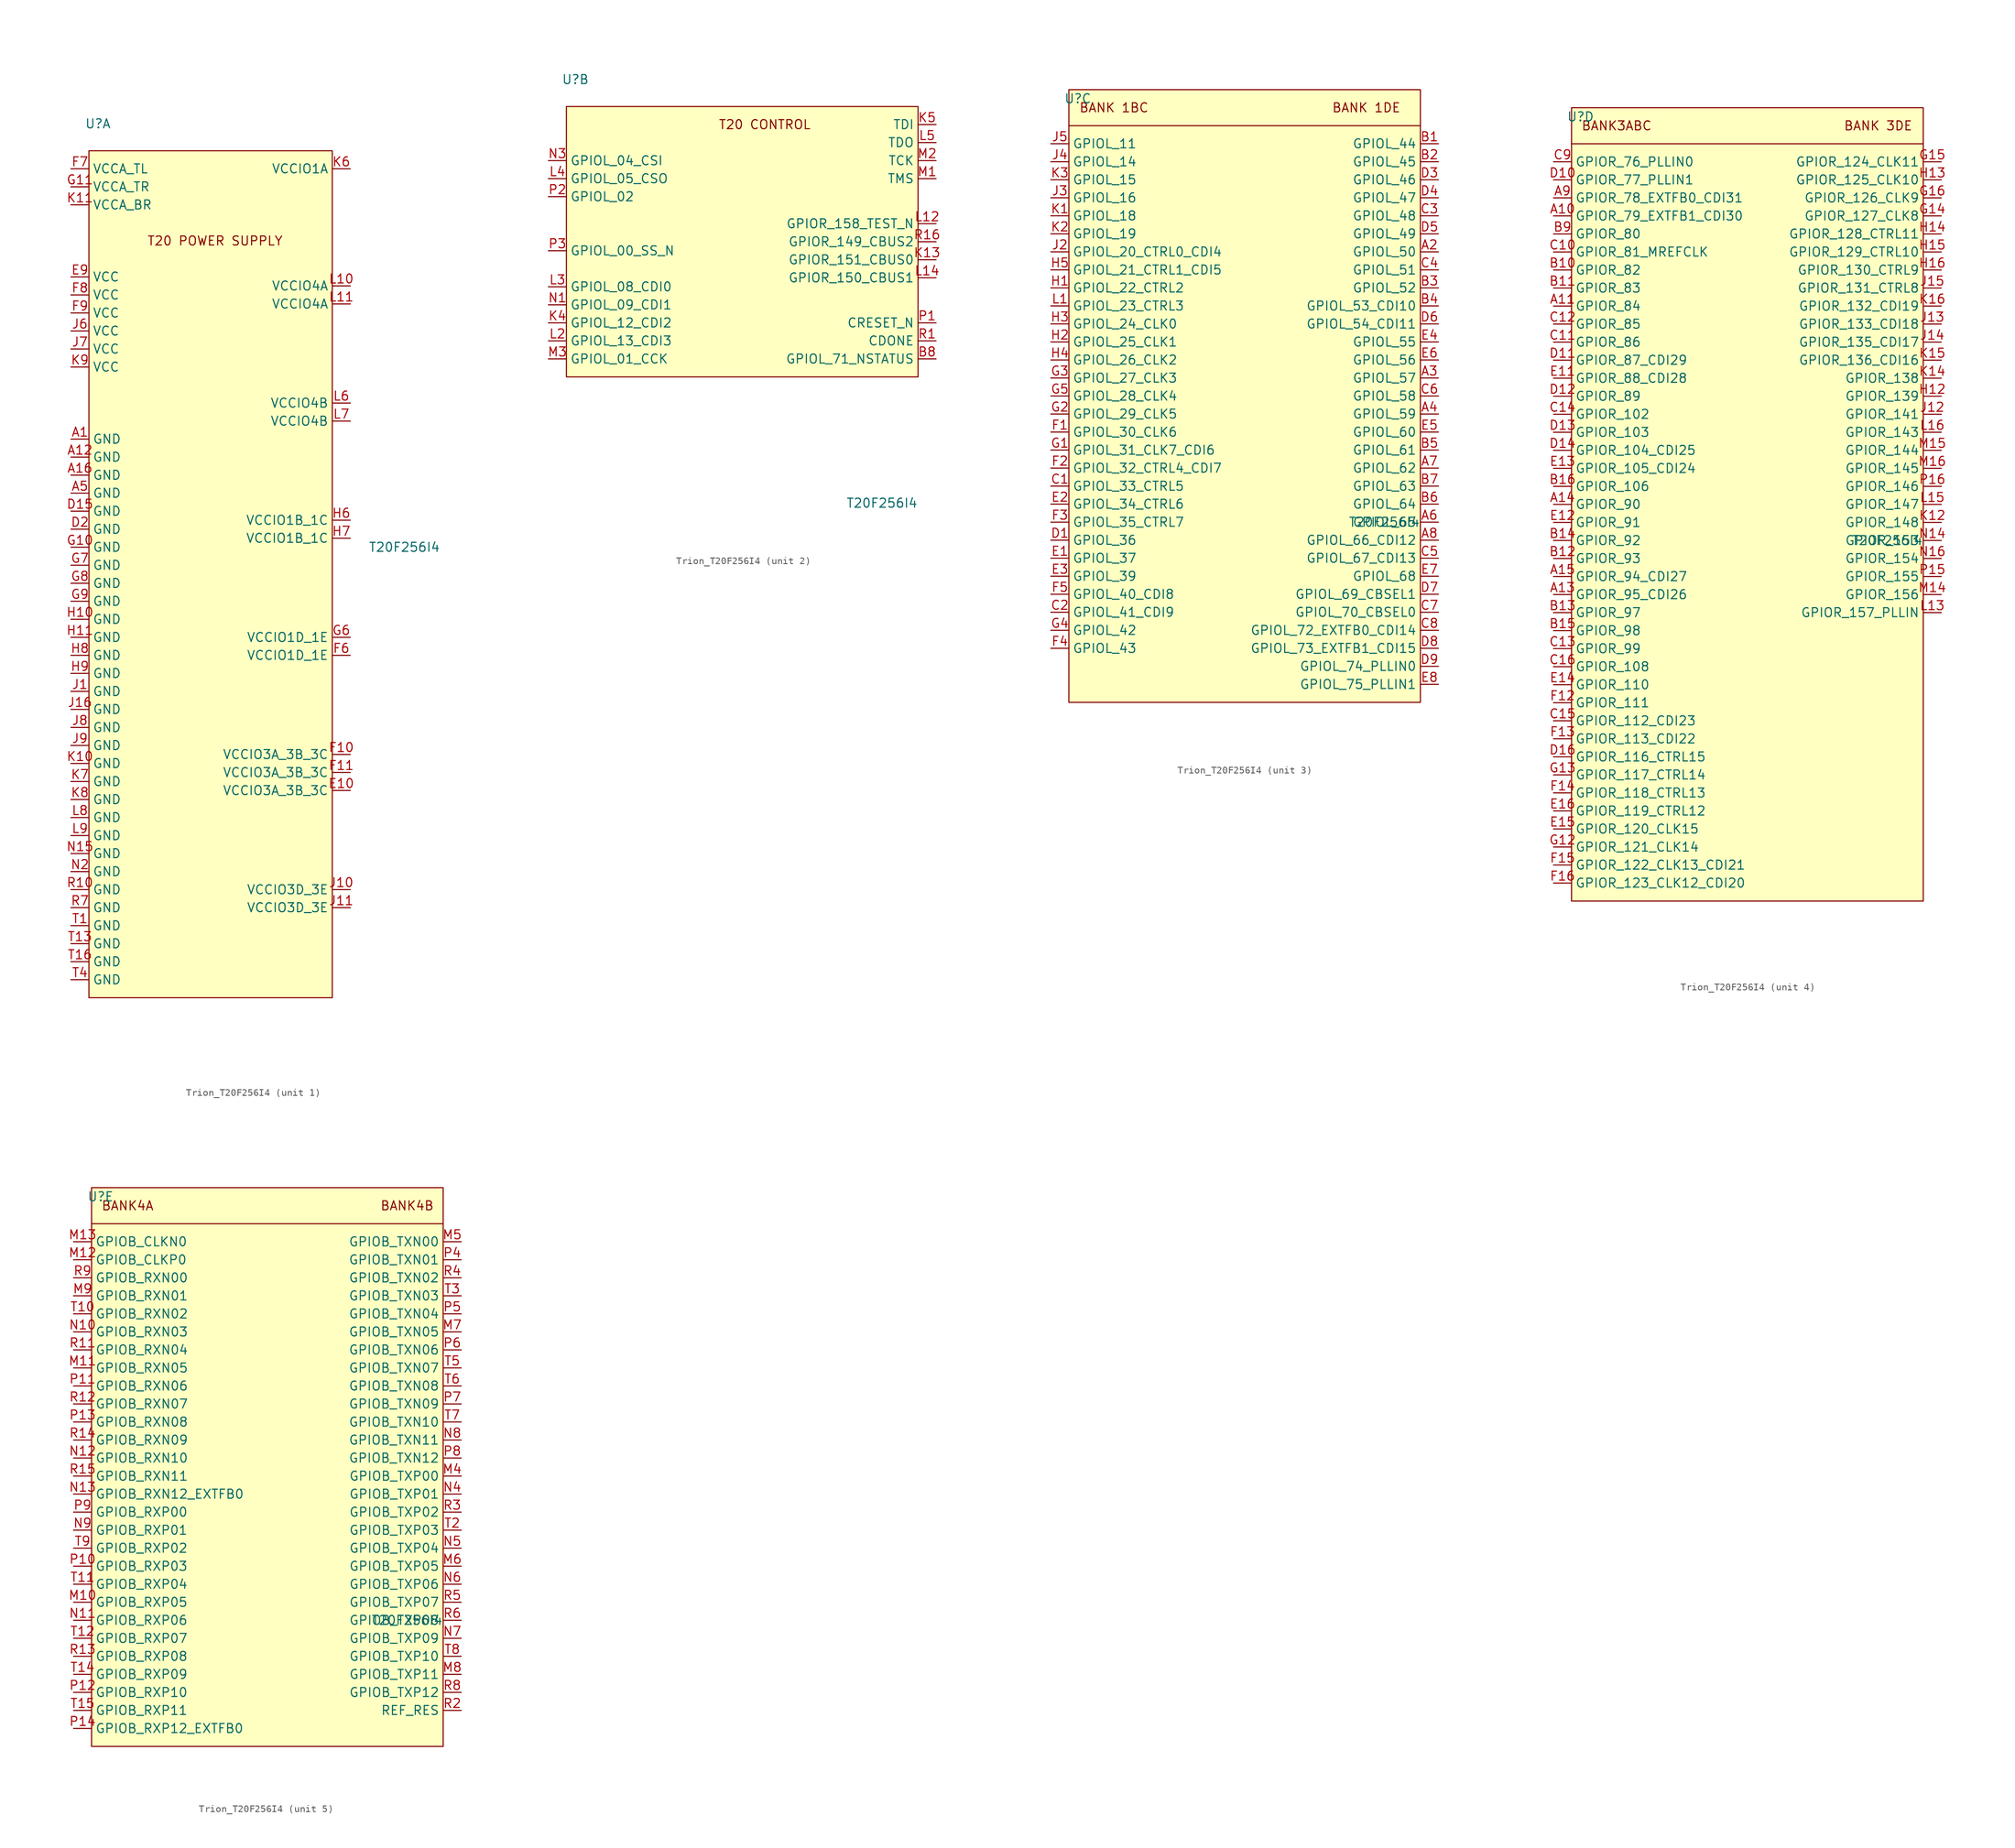
<source format=kicad_sym>
(kicad_symbol_lib
  (version 20220914)
  (generator kicad_symbol_editor)
  (symbol "Trion_T20F256I4"
    (property "Reference" "U"
      (at 3.81 6.35 0)
      (effects (font (size 1.27 1.27))))
    (property "Value" "T20F256I4"
      (at 46.99 -53.34 0)
      (effects (font (size 1.27 1.27))))
    (property "ki_locked" ""
      (at 0 0 0)
      (effects (font (size 1.27 1.27))))
    (symbol "Trion_T20F256I4_1_0"
      (pin passive line (at 0 -38.1 0) (length 2.54) (name "GND" (effects (font (size 1.27 1.27)))) (number "A1" (effects (font (size 1.27 1.27)))))
      (pin passive line (at 0 -40.64 0) (length 2.54) (name "GND" (effects (font (size 1.27 1.27)))) (number "A12" (effects (font (size 1.27 1.27)))))
      (pin passive line (at 0 -43.18 0) (length 2.54) (name "GND" (effects (font (size 1.27 1.27)))) (number "A16" (effects (font (size 1.27 1.27)))))
      (pin passive line (at 0 -45.72 0) (length 2.54) (name "GND" (effects (font (size 1.27 1.27)))) (number "A5" (effects (font (size 1.27 1.27)))))
      (pin passive line (at 0 -48.26 0) (length 2.54) (name "GND" (effects (font (size 1.27 1.27)))) (number "D15" (effects (font (size 1.27 1.27)))))
      (pin passive line (at 0 -50.8 0) (length 2.54) (name "GND" (effects (font (size 1.27 1.27)))) (number "D2" (effects (font (size 1.27 1.27)))))
      (pin power_in line (at 39.37 -87.63 180) (length 2.54) (name "VCCIO3A_3B_3C" (effects (font (size 1.27 1.27)))) (number "E10" (effects (font (size 1.27 1.27)))))
      (pin power_in line (at 0 -15.24 0) (length 2.54) (name "VCC" (effects (font (size 1.27 1.27)))) (number "E9" (effects (font (size 1.27 1.27)))))
      (pin power_in line (at 39.37 -82.55 180) (length 2.54) (name "VCCIO3A_3B_3C" (effects (font (size 1.27 1.27)))) (number "F10" (effects (font (size 1.27 1.27)))))
      (pin power_in line (at 39.37 -85.09 180) (length 2.54) (name "VCCIO3A_3B_3C" (effects (font (size 1.27 1.27)))) (number "F11" (effects (font (size 1.27 1.27)))))
      (pin power_in line (at 39.37 -68.58 180) (length 2.54) (name "VCCIO1D_1E" (effects (font (size 1.27 1.27)))) (number "F6" (effects (font (size 1.27 1.27)))))
      (pin power_in line (at 0 0 0) (length 2.54) (name "VCCA_TL" (effects (font (size 1.27 1.27)))) (number "F7" (effects (font (size 1.27 1.27)))))
      (pin power_in line (at 0 -17.78 0) (length 2.54) (name "VCC" (effects (font (size 1.27 1.27)))) (number "F8" (effects (font (size 1.27 1.27)))))
      (pin power_in line (at 0 -20.32 0) (length 2.54) (name "VCC" (effects (font (size 1.27 1.27)))) (number "F9" (effects (font (size 1.27 1.27)))))
      (pin passive line (at 0 -53.34 0) (length 2.54) (name "GND" (effects (font (size 1.27 1.27)))) (number "G10" (effects (font (size 1.27 1.27)))))
      (pin power_in line (at 0 -2.54 0) (length 2.54) (name "VCCA_TR" (effects (font (size 1.27 1.27)))) (number "G11" (effects (font (size 1.27 1.27)))))
      (pin power_in line (at 39.37 -66.04 180) (length 2.54) (name "VCCIO1D_1E" (effects (font (size 1.27 1.27)))) (number "G6" (effects (font (size 1.27 1.27)))))
      (pin passive line (at 0 -55.88 0) (length 2.54) (name "GND" (effects (font (size 1.27 1.27)))) (number "G7" (effects (font (size 1.27 1.27)))))
      (pin passive line (at 0 -58.42 0) (length 2.54) (name "GND" (effects (font (size 1.27 1.27)))) (number "G8" (effects (font (size 1.27 1.27)))))
      (pin passive line (at 0 -60.96 0) (length 2.54) (name "GND" (effects (font (size 1.27 1.27)))) (number "G9" (effects (font (size 1.27 1.27)))))
      (pin passive line (at 0 -63.5 0) (length 2.54) (name "GND" (effects (font (size 1.27 1.27)))) (number "H10" (effects (font (size 1.27 1.27)))))
      (pin passive line (at 0 -66.04 0) (length 2.54) (name "GND" (effects (font (size 1.27 1.27)))) (number "H11" (effects (font (size 1.27 1.27)))))
      (pin power_in line (at 39.37 -49.53 180) (length 2.54) (name "VCCIO1B_1C" (effects (font (size 1.27 1.27)))) (number "H6" (effects (font (size 1.27 1.27)))))
      (pin power_in line (at 39.37 -52.07 180) (length 2.54) (name "VCCIO1B_1C" (effects (font (size 1.27 1.27)))) (number "H7" (effects (font (size 1.27 1.27)))))
      (pin passive line (at 0 -68.58 0) (length 2.54) (name "GND" (effects (font (size 1.27 1.27)))) (number "H8" (effects (font (size 1.27 1.27)))))
      (pin passive line (at 0 -71.12 0) (length 2.54) (name "GND" (effects (font (size 1.27 1.27)))) (number "H9" (effects (font (size 1.27 1.27)))))
      (pin passive line (at 0 -73.66 0) (length 2.54) (name "GND" (effects (font (size 1.27 1.27)))) (number "J1" (effects (font (size 1.27 1.27)))))
      (pin power_in line (at 39.37 -101.6 180) (length 2.54) (name "VCCIO3D_3E" (effects (font (size 1.27 1.27)))) (number "J10" (effects (font (size 1.27 1.27)))))
      (pin power_in line (at 39.37 -104.14 180) (length 2.54) (name "VCCIO3D_3E" (effects (font (size 1.27 1.27)))) (number "J11" (effects (font (size 1.27 1.27)))))
      (pin passive line (at 0 -76.2 0) (length 2.54) (name "GND" (effects (font (size 1.27 1.27)))) (number "J16" (effects (font (size 1.27 1.27)))))
      (pin power_in line (at 0 -22.86 0) (length 2.54) (name "VCC" (effects (font (size 1.27 1.27)))) (number "J6" (effects (font (size 1.27 1.27)))))
      (pin power_in line (at 0 -25.4 0) (length 2.54) (name "VCC" (effects (font (size 1.27 1.27)))) (number "J7" (effects (font (size 1.27 1.27)))))
      (pin passive line (at 0 -78.74 0) (length 2.54) (name "GND" (effects (font (size 1.27 1.27)))) (number "J8" (effects (font (size 1.27 1.27)))))
      (pin passive line (at 0 -81.28 0) (length 2.54) (name "GND" (effects (font (size 1.27 1.27)))) (number "J9" (effects (font (size 1.27 1.27)))))
      (pin passive line (at 0 -83.82 0) (length 2.54) (name "GND" (effects (font (size 1.27 1.27)))) (number "K10" (effects (font (size 1.27 1.27)))))
      (pin power_in line (at 0 -5.08 0) (length 2.54) (name "VCCA_BR" (effects (font (size 1.27 1.27)))) (number "K11" (effects (font (size 1.27 1.27)))))
      (pin power_in line (at 39.37 0 180) (length 2.54) (name "VCCIO1A" (effects (font (size 1.27 1.27)))) (number "K6" (effects (font (size 1.27 1.27)))))
      (pin passive line (at 0 -86.36 0) (length 2.54) (name "GND" (effects (font (size 1.27 1.27)))) (number "K7" (effects (font (size 1.27 1.27)))))
      (pin passive line (at 0 -88.9 0) (length 2.54) (name "GND" (effects (font (size 1.27 1.27)))) (number "K8" (effects (font (size 1.27 1.27)))))
      (pin power_in line (at 0 -27.94 0) (length 2.54) (name "VCC" (effects (font (size 1.27 1.27)))) (number "K9" (effects (font (size 1.27 1.27)))))
      (pin power_in line (at 39.37 -16.51 180) (length 2.54) (name "VCCIO4A" (effects (font (size 1.27 1.27)))) (number "L10" (effects (font (size 1.27 1.27)))))
      (pin power_in line (at 39.37 -19.05 180) (length 2.54) (name "VCCIO4A" (effects (font (size 1.27 1.27)))) (number "L11" (effects (font (size 1.27 1.27)))))
      (pin power_in line (at 39.37 -33.02 180) (length 2.54) (name "VCCIO4B" (effects (font (size 1.27 1.27)))) (number "L6" (effects (font (size 1.27 1.27)))))
      (pin power_in line (at 39.37 -35.56 180) (length 2.54) (name "VCCIO4B" (effects (font (size 1.27 1.27)))) (number "L7" (effects (font (size 1.27 1.27)))))
      (pin passive line (at 0 -91.44 0) (length 2.54) (name "GND" (effects (font (size 1.27 1.27)))) (number "L8" (effects (font (size 1.27 1.27)))))
      (pin passive line (at 0 -93.98 0) (length 2.54) (name "GND" (effects (font (size 1.27 1.27)))) (number "L9" (effects (font (size 1.27 1.27)))))
      (pin passive line (at 0 -96.52 0) (length 2.54) (name "GND" (effects (font (size 1.27 1.27)))) (number "N15" (effects (font (size 1.27 1.27)))))
      (pin passive line (at 0 -99.06 0) (length 2.54) (name "GND" (effects (font (size 1.27 1.27)))) (number "N2" (effects (font (size 1.27 1.27)))))
      (pin passive line (at 0 -101.6 0) (length 2.54) (name "GND" (effects (font (size 1.27 1.27)))) (number "R10" (effects (font (size 1.27 1.27)))))
      (pin passive line (at 0 -104.14 0) (length 2.54) (name "GND" (effects (font (size 1.27 1.27)))) (number "R7" (effects (font (size 1.27 1.27)))))
      (pin passive line (at 0 -106.68 0) (length 2.54) (name "GND" (effects (font (size 1.27 1.27)))) (number "T1" (effects (font (size 1.27 1.27)))))
      (pin passive line (at 0 -109.22 0) (length 2.54) (name "GND" (effects (font (size 1.27 1.27)))) (number "T13" (effects (font (size 1.27 1.27)))))
      (pin passive line (at 0 -111.76 0) (length 2.54) (name "GND" (effects (font (size 1.27 1.27)))) (number "T16" (effects (font (size 1.27 1.27)))))
      (pin passive line (at 0 -114.3 0) (length 2.54) (name "GND" (effects (font (size 1.27 1.27)))) (number "T4" (effects (font (size 1.27 1.27))))))
    (symbol "Trion_T20F256I4_1_1"
      (rectangle (start 2.54 2.54) (end 36.83 -116.84) (stroke (width 0) (type default)) (fill (type background)))
      (text "T20 POWER SUPPLY" (at 20.32 -10.16 0) (effects (font (size 1.27 1.27)))))
    (symbol "Trion_T20F256I4_2_0"
      (pin bidirectional line (at 54.61 -33.02 180) (length 2.54) (name "GPIOL_71_NSTATUS" (effects (font (size 1.27 1.27)))) (number "B8" (effects (font (size 1.27 1.27)))))
      (pin bidirectional line (at 54.61 -19.05 180) (length 2.54) (name "GPIOR_151_CBUS0" (effects (font (size 1.27 1.27)))) (number "K13" (effects (font (size 1.27 1.27)))))
      (pin bidirectional line (at 0 -27.94 0) (length 2.54) (name "GPIOL_12_CDI2" (effects (font (size 1.27 1.27)))) (number "K4" (effects (font (size 1.27 1.27)))))
      (pin input line (at 54.61 0 180) (length 2.54) (name "TDI" (effects (font (size 1.27 1.27)))) (number "K5" (effects (font (size 1.27 1.27)))))
      (pin bidirectional line (at 54.61 -13.97 180) (length 2.54) (name "GPIOR_158_TEST_N" (effects (font (size 1.27 1.27)))) (number "L12" (effects (font (size 1.27 1.27)))))
      (pin bidirectional line (at 54.61 -21.59 180) (length 2.54) (name "GPIOR_150_CBUS1" (effects (font (size 1.27 1.27)))) (number "L14" (effects (font (size 1.27 1.27)))))
      (pin bidirectional line (at 0 -30.48 0) (length 2.54) (name "GPIOL_13_CDI3" (effects (font (size 1.27 1.27)))) (number "L2" (effects (font (size 1.27 1.27)))))
      (pin bidirectional line (at 0 -22.86 0) (length 2.54) (name "GPIOL_08_CDI0" (effects (font (size 1.27 1.27)))) (number "L3" (effects (font (size 1.27 1.27)))))
      (pin output line (at 0 -7.62 0) (length 2.54) (name "GPIOL_05_CSO" (effects (font (size 1.27 1.27)))) (number "L4" (effects (font (size 1.27 1.27)))))
      (pin output line (at 54.61 -2.54 180) (length 2.54) (name "TDO" (effects (font (size 1.27 1.27)))) (number "L5" (effects (font (size 1.27 1.27)))))
      (pin bidirectional line (at 54.61 -7.62 180) (length 2.54) (name "TMS" (effects (font (size 1.27 1.27)))) (number "M1" (effects (font (size 1.27 1.27)))))
      (pin input line (at 54.61 -5.08 180) (length 2.54) (name "TCK" (effects (font (size 1.27 1.27)))) (number "M2" (effects (font (size 1.27 1.27)))))
      (pin bidirectional line (at 0 -33.02 0) (length 2.54) (name "GPIOL_01_CCK" (effects (font (size 1.27 1.27)))) (number "M3" (effects (font (size 1.27 1.27)))))
      (pin bidirectional line (at 0 -25.4 0) (length 2.54) (name "GPIOL_09_CDI1" (effects (font (size 1.27 1.27)))) (number "N1" (effects (font (size 1.27 1.27)))))
      (pin input line (at 0 -5.08 0) (length 2.54) (name "GPIOL_04_CSI" (effects (font (size 1.27 1.27)))) (number "N3" (effects (font (size 1.27 1.27)))))
      (pin input line (at 54.61 -27.94 180) (length 2.54) (name "CRESET_N" (effects (font (size 1.27 1.27)))) (number "P1" (effects (font (size 1.27 1.27)))))
      (pin bidirectional line (at 0 -10.16 0) (length 2.54) (name "GPIOL_02" (effects (font (size 1.27 1.27)))) (number "P2" (effects (font (size 1.27 1.27)))))
      (pin bidirectional line (at 0 -17.78 0) (length 2.54) (name "GPIOL_00_SS_N" (effects (font (size 1.27 1.27)))) (number "P3" (effects (font (size 1.27 1.27)))))
      (pin output line (at 54.61 -30.48 180) (length 2.54) (name "CDONE" (effects (font (size 1.27 1.27)))) (number "R1" (effects (font (size 1.27 1.27)))))
      (pin bidirectional line (at 54.61 -16.51 180) (length 2.54) (name "GPIOR_149_CBUS2" (effects (font (size 1.27 1.27)))) (number "R16" (effects (font (size 1.27 1.27))))))
    (symbol "Trion_T20F256I4_2_1"
      (rectangle (start 2.54 2.54) (end 52.07 -35.56) (stroke (width 0) (type default)) (fill (type background)))
      (text "T20 CONTROL" (at 30.48 0 0) (effects (font (size 1.27 1.27)))))
    (symbol "Trion_T20F256I4_3_0"
      (pin bidirectional line (at 54.61 -15.24 180) (length 2.54) (name "GPIOL_50" (effects (font (size 1.27 1.27)))) (number "A2" (effects (font (size 1.27 1.27)))))
      (pin bidirectional line (at 54.61 -33.02 180) (length 2.54) (name "GPIOL_57" (effects (font (size 1.27 1.27)))) (number "A3" (effects (font (size 1.27 1.27)))))
      (pin bidirectional line (at 54.61 -38.1 180) (length 2.54) (name "GPIOL_59" (effects (font (size 1.27 1.27)))) (number "A4" (effects (font (size 1.27 1.27)))))
      (pin bidirectional line (at 54.61 -53.34 180) (length 2.54) (name "GPIOL_65" (effects (font (size 1.27 1.27)))) (number "A6" (effects (font (size 1.27 1.27)))))
      (pin bidirectional line (at 54.61 -45.72 180) (length 2.54) (name "GPIOL_62" (effects (font (size 1.27 1.27)))) (number "A7" (effects (font (size 1.27 1.27)))))
      (pin bidirectional line (at 54.61 -55.88 180) (length 2.54) (name "GPIOL_66_CDI12" (effects (font (size 1.27 1.27)))) (number "A8" (effects (font (size 1.27 1.27)))))
      (pin bidirectional line (at 54.61 0 180) (length 2.54) (name "GPIOL_44" (effects (font (size 1.27 1.27)))) (number "B1" (effects (font (size 1.27 1.27)))))
      (pin bidirectional line (at 54.61 -2.54 180) (length 2.54) (name "GPIOL_45" (effects (font (size 1.27 1.27)))) (number "B2" (effects (font (size 1.27 1.27)))))
      (pin bidirectional line (at 54.61 -20.32 180) (length 2.54) (name "GPIOL_52" (effects (font (size 1.27 1.27)))) (number "B3" (effects (font (size 1.27 1.27)))))
      (pin bidirectional line (at 54.61 -22.86 180) (length 2.54) (name "GPIOL_53_CDI10" (effects (font (size 1.27 1.27)))) (number "B4" (effects (font (size 1.27 1.27)))))
      (pin bidirectional line (at 54.61 -43.18 180) (length 2.54) (name "GPIOL_61" (effects (font (size 1.27 1.27)))) (number "B5" (effects (font (size 1.27 1.27)))))
      (pin bidirectional line (at 54.61 -50.8 180) (length 2.54) (name "GPIOL_64" (effects (font (size 1.27 1.27)))) (number "B6" (effects (font (size 1.27 1.27)))))
      (pin bidirectional line (at 54.61 -48.26 180) (length 2.54) (name "GPIOL_63" (effects (font (size 1.27 1.27)))) (number "B7" (effects (font (size 1.27 1.27)))))
      (pin bidirectional line (at 0 -48.26 0) (length 2.54) (name "GPIOL_33_CTRL5" (effects (font (size 1.27 1.27)))) (number "C1" (effects (font (size 1.27 1.27)))))
      (pin bidirectional line (at 0 -66.04 0) (length 2.54) (name "GPIOL_41_CDI9" (effects (font (size 1.27 1.27)))) (number "C2" (effects (font (size 1.27 1.27)))))
      (pin bidirectional line (at 54.61 -10.16 180) (length 2.54) (name "GPIOL_48" (effects (font (size 1.27 1.27)))) (number "C3" (effects (font (size 1.27 1.27)))))
      (pin bidirectional line (at 54.61 -17.78 180) (length 2.54) (name "GPIOL_51" (effects (font (size 1.27 1.27)))) (number "C4" (effects (font (size 1.27 1.27)))))
      (pin bidirectional line (at 54.61 -58.42 180) (length 2.54) (name "GPIOL_67_CDI13" (effects (font (size 1.27 1.27)))) (number "C5" (effects (font (size 1.27 1.27)))))
      (pin bidirectional line (at 54.61 -35.56 180) (length 2.54) (name "GPIOL_58" (effects (font (size 1.27 1.27)))) (number "C6" (effects (font (size 1.27 1.27)))))
      (pin bidirectional line (at 54.61 -66.04 180) (length 2.54) (name "GPIOL_70_CBSEL0" (effects (font (size 1.27 1.27)))) (number "C7" (effects (font (size 1.27 1.27)))))
      (pin bidirectional line (at 54.61 -68.58 180) (length 2.54) (name "GPIOL_72_EXTFB0_CDI14" (effects (font (size 1.27 1.27)))) (number "C8" (effects (font (size 1.27 1.27)))))
      (pin bidirectional line (at 0 -55.88 0) (length 2.54) (name "GPIOL_36" (effects (font (size 1.27 1.27)))) (number "D1" (effects (font (size 1.27 1.27)))))
      (pin bidirectional line (at 54.61 -5.08 180) (length 2.54) (name "GPIOL_46" (effects (font (size 1.27 1.27)))) (number "D3" (effects (font (size 1.27 1.27)))))
      (pin bidirectional line (at 54.61 -7.62 180) (length 2.54) (name "GPIOL_47" (effects (font (size 1.27 1.27)))) (number "D4" (effects (font (size 1.27 1.27)))))
      (pin bidirectional line (at 54.61 -12.7 180) (length 2.54) (name "GPIOL_49" (effects (font (size 1.27 1.27)))) (number "D5" (effects (font (size 1.27 1.27)))))
      (pin bidirectional line (at 54.61 -25.4 180) (length 2.54) (name "GPIOL_54_CDI11" (effects (font (size 1.27 1.27)))) (number "D6" (effects (font (size 1.27 1.27)))))
      (pin bidirectional line (at 54.61 -63.5 180) (length 2.54) (name "GPIOL_69_CBSEL1" (effects (font (size 1.27 1.27)))) (number "D7" (effects (font (size 1.27 1.27)))))
      (pin bidirectional line (at 54.61 -71.12 180) (length 2.54) (name "GPIOL_73_EXTFB1_CDI15" (effects (font (size 1.27 1.27)))) (number "D8" (effects (font (size 1.27 1.27)))))
      (pin bidirectional line (at 54.61 -73.66 180) (length 2.54) (name "GPIOL_74_PLLIN0" (effects (font (size 1.27 1.27)))) (number "D9" (effects (font (size 1.27 1.27)))))
      (pin bidirectional line (at 0 -58.42 0) (length 2.54) (name "GPIOL_37" (effects (font (size 1.27 1.27)))) (number "E1" (effects (font (size 1.27 1.27)))))
      (pin bidirectional line (at 0 -50.8 0) (length 2.54) (name "GPIOL_34_CTRL6" (effects (font (size 1.27 1.27)))) (number "E2" (effects (font (size 1.27 1.27)))))
      (pin bidirectional line (at 0 -60.96 0) (length 2.54) (name "GPIOL_39" (effects (font (size 1.27 1.27)))) (number "E3" (effects (font (size 1.27 1.27)))))
      (pin bidirectional line (at 54.61 -27.94 180) (length 2.54) (name "GPIOL_55" (effects (font (size 1.27 1.27)))) (number "E4" (effects (font (size 1.27 1.27)))))
      (pin bidirectional line (at 54.61 -40.64 180) (length 2.54) (name "GPIOL_60" (effects (font (size 1.27 1.27)))) (number "E5" (effects (font (size 1.27 1.27)))))
      (pin bidirectional line (at 54.61 -30.48 180) (length 2.54) (name "GPIOL_56" (effects (font (size 1.27 1.27)))) (number "E6" (effects (font (size 1.27 1.27)))))
      (pin bidirectional line (at 54.61 -60.96 180) (length 2.54) (name "GPIOL_68" (effects (font (size 1.27 1.27)))) (number "E7" (effects (font (size 1.27 1.27)))))
      (pin bidirectional line (at 54.61 -76.2 180) (length 2.54) (name "GPIOL_75_PLLIN1" (effects (font (size 1.27 1.27)))) (number "E8" (effects (font (size 1.27 1.27)))))
      (pin bidirectional line (at 0 -40.64 0) (length 2.54) (name "GPIOL_30_CLK6" (effects (font (size 1.27 1.27)))) (number "F1" (effects (font (size 1.27 1.27)))))
      (pin bidirectional line (at 0 -45.72 0) (length 2.54) (name "GPIOL_32_CTRL4_CDI7" (effects (font (size 1.27 1.27)))) (number "F2" (effects (font (size 1.27 1.27)))))
      (pin bidirectional line (at 0 -53.34 0) (length 2.54) (name "GPIOL_35_CTRL7" (effects (font (size 1.27 1.27)))) (number "F3" (effects (font (size 1.27 1.27)))))
      (pin bidirectional line (at 0 -71.12 0) (length 2.54) (name "GPIOL_43" (effects (font (size 1.27 1.27)))) (number "F4" (effects (font (size 1.27 1.27)))))
      (pin bidirectional line (at 0 -63.5 0) (length 2.54) (name "GPIOL_40_CDI8" (effects (font (size 1.27 1.27)))) (number "F5" (effects (font (size 1.27 1.27)))))
      (pin bidirectional line (at 0 -43.18 0) (length 2.54) (name "GPIOL_31_CLK7_CDI6" (effects (font (size 1.27 1.27)))) (number "G1" (effects (font (size 1.27 1.27)))))
      (pin bidirectional line (at 0 -38.1 0) (length 2.54) (name "GPIOL_29_CLK5" (effects (font (size 1.27 1.27)))) (number "G2" (effects (font (size 1.27 1.27)))))
      (pin bidirectional line (at 0 -33.02 0) (length 2.54) (name "GPIOL_27_CLK3" (effects (font (size 1.27 1.27)))) (number "G3" (effects (font (size 1.27 1.27)))))
      (pin bidirectional line (at 0 -68.58 0) (length 2.54) (name "GPIOL_42" (effects (font (size 1.27 1.27)))) (number "G4" (effects (font (size 1.27 1.27)))))
      (pin bidirectional line (at 0 -35.56 0) (length 2.54) (name "GPIOL_28_CLK4" (effects (font (size 1.27 1.27)))) (number "G5" (effects (font (size 1.27 1.27)))))
      (pin bidirectional line (at 0 -20.32 0) (length 2.54) (name "GPIOL_22_CTRL2" (effects (font (size 1.27 1.27)))) (number "H1" (effects (font (size 1.27 1.27)))))
      (pin bidirectional line (at 0 -27.94 0) (length 2.54) (name "GPIOL_25_CLK1" (effects (font (size 1.27 1.27)))) (number "H2" (effects (font (size 1.27 1.27)))))
      (pin bidirectional line (at 0 -25.4 0) (length 2.54) (name "GPIOL_24_CLK0" (effects (font (size 1.27 1.27)))) (number "H3" (effects (font (size 1.27 1.27)))))
      (pin bidirectional line (at 0 -30.48 0) (length 2.54) (name "GPIOL_26_CLK2" (effects (font (size 1.27 1.27)))) (number "H4" (effects (font (size 1.27 1.27)))))
      (pin bidirectional line (at 0 -17.78 0) (length 2.54) (name "GPIOL_21_CTRL1_CDI5" (effects (font (size 1.27 1.27)))) (number "H5" (effects (font (size 1.27 1.27)))))
      (pin bidirectional line (at 0 -15.24 0) (length 2.54) (name "GPIOL_20_CTRL0_CDI4" (effects (font (size 1.27 1.27)))) (number "J2" (effects (font (size 1.27 1.27)))))
      (pin bidirectional line (at 0 -7.62 0) (length 2.54) (name "GPIOL_16" (effects (font (size 1.27 1.27)))) (number "J3" (effects (font (size 1.27 1.27)))))
      (pin bidirectional line (at 0 -2.54 0) (length 2.54) (name "GPIOL_14" (effects (font (size 1.27 1.27)))) (number "J4" (effects (font (size 1.27 1.27)))))
      (pin bidirectional line (at 0 0 0) (length 2.54) (name "GPIOL_11" (effects (font (size 1.27 1.27)))) (number "J5" (effects (font (size 1.27 1.27)))))
      (pin bidirectional line (at 0 -10.16 0) (length 2.54) (name "GPIOL_18" (effects (font (size 1.27 1.27)))) (number "K1" (effects (font (size 1.27 1.27)))))
      (pin bidirectional line (at 0 -12.7 0) (length 2.54) (name "GPIOL_19" (effects (font (size 1.27 1.27)))) (number "K2" (effects (font (size 1.27 1.27)))))
      (pin bidirectional line (at 0 -5.08 0) (length 2.54) (name "GPIOL_15" (effects (font (size 1.27 1.27)))) (number "K3" (effects (font (size 1.27 1.27)))))
      (pin bidirectional line (at 0 -22.86 0) (length 2.54) (name "GPIOL_23_CTRL3" (effects (font (size 1.27 1.27)))) (number "L1" (effects (font (size 1.27 1.27))))))
    (symbol "Trion_T20F256I4_3_1"
      (polyline (pts (xy 2.54 2.54) (xy 52.07 2.54)) (stroke (width 0) (type default)) (fill (type none)))
      (rectangle (start 2.54 7.62) (end 52.07 -78.74) (stroke (width 0) (type default)) (fill (type background)))
      (text "BANK 1BC" (at 8.89 5.08 0) (effects (font (size 1.27 1.27))))
      (text "BANK 1DE" (at 44.45 5.08 0) (effects (font (size 1.27 1.27)))))
    (symbol "Trion_T20F256I4_4_0"
      (pin bidirectional line (at 0 -7.62 0) (length 2.54) (name "GPIOR_79_EXTFB1_CDI30" (effects (font (size 1.27 1.27)))) (number "A10" (effects (font (size 1.27 1.27)))))
      (pin bidirectional line (at 0 -20.32 0) (length 2.54) (name "GPIOR_84" (effects (font (size 1.27 1.27)))) (number "A11" (effects (font (size 1.27 1.27)))))
      (pin bidirectional line (at 0 -60.96 0) (length 2.54) (name "GPIOR_95_CDI26" (effects (font (size 1.27 1.27)))) (number "A13" (effects (font (size 1.27 1.27)))))
      (pin bidirectional line (at 0 -48.26 0) (length 2.54) (name "GPIOR_90" (effects (font (size 1.27 1.27)))) (number "A14" (effects (font (size 1.27 1.27)))))
      (pin bidirectional line (at 0 -58.42 0) (length 2.54) (name "GPIOR_94_CDI27" (effects (font (size 1.27 1.27)))) (number "A15" (effects (font (size 1.27 1.27)))))
      (pin bidirectional line (at 0 -5.08 0) (length 2.54) (name "GPIOR_78_EXTFB0_CDI31" (effects (font (size 1.27 1.27)))) (number "A9" (effects (font (size 1.27 1.27)))))
      (pin bidirectional line (at 0 -15.24 0) (length 2.54) (name "GPIOR_82" (effects (font (size 1.27 1.27)))) (number "B10" (effects (font (size 1.27 1.27)))))
      (pin bidirectional line (at 0 -17.78 0) (length 2.54) (name "GPIOR_83" (effects (font (size 1.27 1.27)))) (number "B11" (effects (font (size 1.27 1.27)))))
      (pin bidirectional line (at 0 -55.88 0) (length 2.54) (name "GPIOR_93" (effects (font (size 1.27 1.27)))) (number "B12" (effects (font (size 1.27 1.27)))))
      (pin bidirectional line (at 0 -63.5 0) (length 2.54) (name "GPIOR_97" (effects (font (size 1.27 1.27)))) (number "B13" (effects (font (size 1.27 1.27)))))
      (pin bidirectional line (at 0 -53.34 0) (length 2.54) (name "GPIOR_92" (effects (font (size 1.27 1.27)))) (number "B14" (effects (font (size 1.27 1.27)))))
      (pin bidirectional line (at 0 -66.04 0) (length 2.54) (name "GPIOR_98" (effects (font (size 1.27 1.27)))) (number "B15" (effects (font (size 1.27 1.27)))))
      (pin bidirectional line (at 0 -45.72 0) (length 2.54) (name "GPIOR_106" (effects (font (size 1.27 1.27)))) (number "B16" (effects (font (size 1.27 1.27)))))
      (pin bidirectional line (at 0 -10.16 0) (length 2.54) (name "GPIOR_80" (effects (font (size 1.27 1.27)))) (number "B9" (effects (font (size 1.27 1.27)))))
      (pin bidirectional line (at 0 -12.7 0) (length 2.54) (name "GPIOR_81_MREFCLK" (effects (font (size 1.27 1.27)))) (number "C10" (effects (font (size 1.27 1.27)))))
      (pin bidirectional line (at 0 -25.4 0) (length 2.54) (name "GPIOR_86" (effects (font (size 1.27 1.27)))) (number "C11" (effects (font (size 1.27 1.27)))))
      (pin bidirectional line (at 0 -22.86 0) (length 2.54) (name "GPIOR_85" (effects (font (size 1.27 1.27)))) (number "C12" (effects (font (size 1.27 1.27)))))
      (pin bidirectional line (at 0 -68.58 0) (length 2.54) (name "GPIOR_99" (effects (font (size 1.27 1.27)))) (number "C13" (effects (font (size 1.27 1.27)))))
      (pin bidirectional line (at 0 -35.56 0) (length 2.54) (name "GPIOR_102" (effects (font (size 1.27 1.27)))) (number "C14" (effects (font (size 1.27 1.27)))))
      (pin bidirectional line (at 0 -78.74 0) (length 2.54) (name "GPIOR_112_CDI23" (effects (font (size 1.27 1.27)))) (number "C15" (effects (font (size 1.27 1.27)))))
      (pin bidirectional line (at 0 -71.12 0) (length 2.54) (name "GPIOR_108" (effects (font (size 1.27 1.27)))) (number "C16" (effects (font (size 1.27 1.27)))))
      (pin bidirectional line (at 0 0 0) (length 2.54) (name "GPIOR_76_PLLIN0" (effects (font (size 1.27 1.27)))) (number "C9" (effects (font (size 1.27 1.27)))))
      (pin bidirectional line (at 0 -2.54 0) (length 2.54) (name "GPIOR_77_PLLIN1" (effects (font (size 1.27 1.27)))) (number "D10" (effects (font (size 1.27 1.27)))))
      (pin bidirectional line (at 0 -27.94 0) (length 2.54) (name "GPIOR_87_CDI29" (effects (font (size 1.27 1.27)))) (number "D11" (effects (font (size 1.27 1.27)))))
      (pin bidirectional line (at 0 -33.02 0) (length 2.54) (name "GPIOR_89" (effects (font (size 1.27 1.27)))) (number "D12" (effects (font (size 1.27 1.27)))))
      (pin bidirectional line (at 0 -38.1 0) (length 2.54) (name "GPIOR_103" (effects (font (size 1.27 1.27)))) (number "D13" (effects (font (size 1.27 1.27)))))
      (pin bidirectional line (at 0 -40.64 0) (length 2.54) (name "GPIOR_104_CDI25" (effects (font (size 1.27 1.27)))) (number "D14" (effects (font (size 1.27 1.27)))))
      (pin bidirectional line (at 0 -83.82 0) (length 2.54) (name "GPIOR_116_CTRL15" (effects (font (size 1.27 1.27)))) (number "D16" (effects (font (size 1.27 1.27)))))
      (pin bidirectional line (at 0 -30.48 0) (length 2.54) (name "GPIOR_88_CDI28" (effects (font (size 1.27 1.27)))) (number "E11" (effects (font (size 1.27 1.27)))))
      (pin bidirectional line (at 0 -50.8 0) (length 2.54) (name "GPIOR_91" (effects (font (size 1.27 1.27)))) (number "E12" (effects (font (size 1.27 1.27)))))
      (pin bidirectional line (at 0 -43.18 0) (length 2.54) (name "GPIOR_105_CDI24" (effects (font (size 1.27 1.27)))) (number "E13" (effects (font (size 1.27 1.27)))))
      (pin bidirectional line (at 0 -73.66 0) (length 2.54) (name "GPIOR_110" (effects (font (size 1.27 1.27)))) (number "E14" (effects (font (size 1.27 1.27)))))
      (pin bidirectional line (at 0 -93.98 0) (length 2.54) (name "GPIOR_120_CLK15" (effects (font (size 1.27 1.27)))) (number "E15" (effects (font (size 1.27 1.27)))))
      (pin bidirectional line (at 0 -91.44 0) (length 2.54) (name "GPIOR_119_CTRL12" (effects (font (size 1.27 1.27)))) (number "E16" (effects (font (size 1.27 1.27)))))
      (pin bidirectional line (at 0 -76.2 0) (length 2.54) (name "GPIOR_111" (effects (font (size 1.27 1.27)))) (number "F12" (effects (font (size 1.27 1.27)))))
      (pin bidirectional line (at 0 -81.28 0) (length 2.54) (name "GPIOR_113_CDI22" (effects (font (size 1.27 1.27)))) (number "F13" (effects (font (size 1.27 1.27)))))
      (pin bidirectional line (at 0 -88.9 0) (length 2.54) (name "GPIOR_118_CTRL13" (effects (font (size 1.27 1.27)))) (number "F14" (effects (font (size 1.27 1.27)))))
      (pin bidirectional line (at 0 -99.06 0) (length 2.54) (name "GPIOR_122_CLK13_CDI21" (effects (font (size 1.27 1.27)))) (number "F15" (effects (font (size 1.27 1.27)))))
      (pin bidirectional line (at 0 -101.6 0) (length 2.54) (name "GPIOR_123_CLK12_CDI20" (effects (font (size 1.27 1.27)))) (number "F16" (effects (font (size 1.27 1.27)))))
      (pin bidirectional line (at 0 -96.52 0) (length 2.54) (name "GPIOR_121_CLK14" (effects (font (size 1.27 1.27)))) (number "G12" (effects (font (size 1.27 1.27)))))
      (pin bidirectional line (at 0 -86.36 0) (length 2.54) (name "GPIOR_117_CTRL14" (effects (font (size 1.27 1.27)))) (number "G13" (effects (font (size 1.27 1.27)))))
      (pin bidirectional line (at 54.61 -7.62 180) (length 2.54) (name "GPIOR_127_CLK8" (effects (font (size 1.27 1.27)))) (number "G14" (effects (font (size 1.27 1.27)))))
      (pin bidirectional line (at 54.61 0 180) (length 2.54) (name "GPIOR_124_CLK11" (effects (font (size 1.27 1.27)))) (number "G15" (effects (font (size 1.27 1.27)))))
      (pin bidirectional line (at 54.61 -5.08 180) (length 2.54) (name "GPIOR_126_CLK9" (effects (font (size 1.27 1.27)))) (number "G16" (effects (font (size 1.27 1.27)))))
      (pin bidirectional line (at 54.61 -33.02 180) (length 2.54) (name "GPIOR_139" (effects (font (size 1.27 1.27)))) (number "H12" (effects (font (size 1.27 1.27)))))
      (pin bidirectional line (at 54.61 -2.54 180) (length 2.54) (name "GPIOR_125_CLK10" (effects (font (size 1.27 1.27)))) (number "H13" (effects (font (size 1.27 1.27)))))
      (pin bidirectional line (at 54.61 -10.16 180) (length 2.54) (name "GPIOR_128_CTRL11" (effects (font (size 1.27 1.27)))) (number "H14" (effects (font (size 1.27 1.27)))))
      (pin bidirectional line (at 54.61 -12.7 180) (length 2.54) (name "GPIOR_129_CTRL10" (effects (font (size 1.27 1.27)))) (number "H15" (effects (font (size 1.27 1.27)))))
      (pin bidirectional line (at 54.61 -15.24 180) (length 2.54) (name "GPIOR_130_CTRL9" (effects (font (size 1.27 1.27)))) (number "H16" (effects (font (size 1.27 1.27)))))
      (pin bidirectional line (at 54.61 -35.56 180) (length 2.54) (name "GPIOR_141" (effects (font (size 1.27 1.27)))) (number "J12" (effects (font (size 1.27 1.27)))))
      (pin bidirectional line (at 54.61 -22.86 180) (length 2.54) (name "GPIOR_133_CDI18" (effects (font (size 1.27 1.27)))) (number "J13" (effects (font (size 1.27 1.27)))))
      (pin bidirectional line (at 54.61 -25.4 180) (length 2.54) (name "GPIOR_135_CDI17" (effects (font (size 1.27 1.27)))) (number "J14" (effects (font (size 1.27 1.27)))))
      (pin bidirectional line (at 54.61 -17.78 180) (length 2.54) (name "GPIOR_131_CTRL8" (effects (font (size 1.27 1.27)))) (number "J15" (effects (font (size 1.27 1.27)))))
      (pin bidirectional line (at 54.61 -50.8 180) (length 2.54) (name "GPIOR_148" (effects (font (size 1.27 1.27)))) (number "K12" (effects (font (size 1.27 1.27)))))
      (pin bidirectional line (at 54.61 -30.48 180) (length 2.54) (name "GPIOR_138" (effects (font (size 1.27 1.27)))) (number "K14" (effects (font (size 1.27 1.27)))))
      (pin bidirectional line (at 54.61 -27.94 180) (length 2.54) (name "GPIOR_136_CDI16" (effects (font (size 1.27 1.27)))) (number "K15" (effects (font (size 1.27 1.27)))))
      (pin bidirectional line (at 54.61 -20.32 180) (length 2.54) (name "GPIOR_132_CDI19" (effects (font (size 1.27 1.27)))) (number "K16" (effects (font (size 1.27 1.27)))))
      (pin bidirectional line (at 54.61 -63.5 180) (length 2.54) (name "GPIOR_157_PLLIN" (effects (font (size 1.27 1.27)))) (number "L13" (effects (font (size 1.27 1.27)))))
      (pin bidirectional line (at 54.61 -48.26 180) (length 2.54) (name "GPIOR_147" (effects (font (size 1.27 1.27)))) (number "L15" (effects (font (size 1.27 1.27)))))
      (pin bidirectional line (at 54.61 -38.1 180) (length 2.54) (name "GPIOR_143" (effects (font (size 1.27 1.27)))) (number "L16" (effects (font (size 1.27 1.27)))))
      (pin bidirectional line (at 54.61 -60.96 180) (length 2.54) (name "GPIOR_156" (effects (font (size 1.27 1.27)))) (number "M14" (effects (font (size 1.27 1.27)))))
      (pin bidirectional line (at 54.61 -40.64 180) (length 2.54) (name "GPIOR_144" (effects (font (size 1.27 1.27)))) (number "M15" (effects (font (size 1.27 1.27)))))
      (pin bidirectional line (at 54.61 -43.18 180) (length 2.54) (name "GPIOR_145" (effects (font (size 1.27 1.27)))) (number "M16" (effects (font (size 1.27 1.27)))))
      (pin bidirectional line (at 54.61 -53.34 180) (length 2.54) (name "GPIOR_153" (effects (font (size 1.27 1.27)))) (number "N14" (effects (font (size 1.27 1.27)))))
      (pin bidirectional line (at 54.61 -55.88 180) (length 2.54) (name "GPIOR_154" (effects (font (size 1.27 1.27)))) (number "N16" (effects (font (size 1.27 1.27)))))
      (pin bidirectional line (at 54.61 -58.42 180) (length 2.54) (name "GPIOR_155" (effects (font (size 1.27 1.27)))) (number "P15" (effects (font (size 1.27 1.27)))))
      (pin bidirectional line (at 54.61 -45.72 180) (length 2.54) (name "GPIOR_146" (effects (font (size 1.27 1.27)))) (number "P16" (effects (font (size 1.27 1.27))))))
    (symbol "Trion_T20F256I4_4_1"
      (polyline (pts (xy 52.07 2.54) (xy 2.54 2.54)) (stroke (width 0) (type default)) (fill (type none)))
      (rectangle (start 2.54 7.62) (end 52.07 -104.14) (stroke (width 0) (type default)) (fill (type background)))
      (text "BANK 3DE" (at 45.72 5.08 0) (effects (font (size 1.27 1.27))))
      (text "BANK3ABC" (at 8.89 5.08 0) (effects (font (size 1.27 1.27)))))
    (symbol "Trion_T20F256I4_5_0"
      (pin bidirectional line (at 0 -50.8 0) (length 2.54) (name "GPIOB_RXP05" (effects (font (size 1.27 1.27)))) (number "M10" (effects (font (size 1.27 1.27)))))
      (pin bidirectional line (at 0 -17.78 0) (length 2.54) (name "GPIOB_RXN05" (effects (font (size 1.27 1.27)))) (number "M11" (effects (font (size 1.27 1.27)))))
      (pin bidirectional line (at 0 -2.54 0) (length 2.54) (name "GPIOB_CLKP0" (effects (font (size 1.27 1.27)))) (number "M12" (effects (font (size 1.27 1.27)))))
      (pin bidirectional line (at 0 0 0) (length 2.54) (name "GPIOB_CLKN0" (effects (font (size 1.27 1.27)))) (number "M13" (effects (font (size 1.27 1.27)))))
      (pin bidirectional line (at 54.61 -33.02 180) (length 2.54) (name "GPIOB_TXP00" (effects (font (size 1.27 1.27)))) (number "M4" (effects (font (size 1.27 1.27)))))
      (pin bidirectional line (at 54.61 0 180) (length 2.54) (name "GPIOB_TXN00" (effects (font (size 1.27 1.27)))) (number "M5" (effects (font (size 1.27 1.27)))))
      (pin bidirectional line (at 54.61 -45.72 180) (length 2.54) (name "GPIOB_TXP05" (effects (font (size 1.27 1.27)))) (number "M6" (effects (font (size 1.27 1.27)))))
      (pin bidirectional line (at 54.61 -12.7 180) (length 2.54) (name "GPIOB_TXN05" (effects (font (size 1.27 1.27)))) (number "M7" (effects (font (size 1.27 1.27)))))
      (pin bidirectional line (at 54.61 -60.96 180) (length 2.54) (name "GPIOB_TXP11" (effects (font (size 1.27 1.27)))) (number "M8" (effects (font (size 1.27 1.27)))))
      (pin bidirectional line (at 0 -7.62 0) (length 2.54) (name "GPIOB_RXN01" (effects (font (size 1.27 1.27)))) (number "M9" (effects (font (size 1.27 1.27)))))
      (pin bidirectional line (at 0 -12.7 0) (length 2.54) (name "GPIOB_RXN03" (effects (font (size 1.27 1.27)))) (number "N10" (effects (font (size 1.27 1.27)))))
      (pin bidirectional line (at 0 -53.34 0) (length 2.54) (name "GPIOB_RXP06" (effects (font (size 1.27 1.27)))) (number "N11" (effects (font (size 1.27 1.27)))))
      (pin bidirectional line (at 0 -30.48 0) (length 2.54) (name "GPIOB_RXN10" (effects (font (size 1.27 1.27)))) (number "N12" (effects (font (size 1.27 1.27)))))
      (pin bidirectional line (at 0 -35.56 0) (length 2.54) (name "GPIOB_RXN12_EXTFB0" (effects (font (size 1.27 1.27)))) (number "N13" (effects (font (size 1.27 1.27)))))
      (pin bidirectional line (at 54.61 -35.56 180) (length 2.54) (name "GPIOB_TXP01" (effects (font (size 1.27 1.27)))) (number "N4" (effects (font (size 1.27 1.27)))))
      (pin bidirectional line (at 54.61 -43.18 180) (length 2.54) (name "GPIOB_TXP04" (effects (font (size 1.27 1.27)))) (number "N5" (effects (font (size 1.27 1.27)))))
      (pin bidirectional line (at 54.61 -48.26 180) (length 2.54) (name "GPIOB_TXP06" (effects (font (size 1.27 1.27)))) (number "N6" (effects (font (size 1.27 1.27)))))
      (pin bidirectional line (at 54.61 -55.88 180) (length 2.54) (name "GPIOB_TXP09" (effects (font (size 1.27 1.27)))) (number "N7" (effects (font (size 1.27 1.27)))))
      (pin bidirectional line (at 54.61 -27.94 180) (length 2.54) (name "GPIOB_TXN11" (effects (font (size 1.27 1.27)))) (number "N8" (effects (font (size 1.27 1.27)))))
      (pin bidirectional line (at 0 -40.64 0) (length 2.54) (name "GPIOB_RXP01" (effects (font (size 1.27 1.27)))) (number "N9" (effects (font (size 1.27 1.27)))))
      (pin bidirectional line (at 0 -45.72 0) (length 2.54) (name "GPIOB_RXP03" (effects (font (size 1.27 1.27)))) (number "P10" (effects (font (size 1.27 1.27)))))
      (pin bidirectional line (at 0 -20.32 0) (length 2.54) (name "GPIOB_RXN06" (effects (font (size 1.27 1.27)))) (number "P11" (effects (font (size 1.27 1.27)))))
      (pin bidirectional line (at 0 -63.5 0) (length 2.54) (name "GPIOB_RXP10" (effects (font (size 1.27 1.27)))) (number "P12" (effects (font (size 1.27 1.27)))))
      (pin bidirectional line (at 0 -25.4 0) (length 2.54) (name "GPIOB_RXN08" (effects (font (size 1.27 1.27)))) (number "P13" (effects (font (size 1.27 1.27)))))
      (pin bidirectional line (at 0 -68.58 0) (length 2.54) (name "GPIOB_RXP12_EXTFB0" (effects (font (size 1.27 1.27)))) (number "P14" (effects (font (size 1.27 1.27)))))
      (pin bidirectional line (at 54.61 -2.54 180) (length 2.54) (name "GPIOB_TXN01" (effects (font (size 1.27 1.27)))) (number "P4" (effects (font (size 1.27 1.27)))))
      (pin bidirectional line (at 54.61 -10.16 180) (length 2.54) (name "GPIOB_TXN04" (effects (font (size 1.27 1.27)))) (number "P5" (effects (font (size 1.27 1.27)))))
      (pin bidirectional line (at 54.61 -15.24 180) (length 2.54) (name "GPIOB_TXN06" (effects (font (size 1.27 1.27)))) (number "P6" (effects (font (size 1.27 1.27)))))
      (pin bidirectional line (at 54.61 -22.86 180) (length 2.54) (name "GPIOB_TXN09" (effects (font (size 1.27 1.27)))) (number "P7" (effects (font (size 1.27 1.27)))))
      (pin bidirectional line (at 54.61 -30.48 180) (length 2.54) (name "GPIOB_TXN12" (effects (font (size 1.27 1.27)))) (number "P8" (effects (font (size 1.27 1.27)))))
      (pin bidirectional line (at 0 -38.1 0) (length 2.54) (name "GPIOB_RXP00" (effects (font (size 1.27 1.27)))) (number "P9" (effects (font (size 1.27 1.27)))))
      (pin bidirectional line (at 0 -15.24 0) (length 2.54) (name "GPIOB_RXN04" (effects (font (size 1.27 1.27)))) (number "R11" (effects (font (size 1.27 1.27)))))
      (pin bidirectional line (at 0 -22.86 0) (length 2.54) (name "GPIOB_RXN07" (effects (font (size 1.27 1.27)))) (number "R12" (effects (font (size 1.27 1.27)))))
      (pin bidirectional line (at 0 -58.42 0) (length 2.54) (name "GPIOB_RXP08" (effects (font (size 1.27 1.27)))) (number "R13" (effects (font (size 1.27 1.27)))))
      (pin bidirectional line (at 0 -27.94 0) (length 2.54) (name "GPIOB_RXN09" (effects (font (size 1.27 1.27)))) (number "R14" (effects (font (size 1.27 1.27)))))
      (pin bidirectional line (at 0 -33.02 0) (length 2.54) (name "GPIOB_RXN11" (effects (font (size 1.27 1.27)))) (number "R15" (effects (font (size 1.27 1.27)))))
      (pin bidirectional line (at 54.61 -66.04 180) (length 2.54) (name "REF_RES" (effects (font (size 1.27 1.27)))) (number "R2" (effects (font (size 1.27 1.27)))))
      (pin bidirectional line (at 54.61 -38.1 180) (length 2.54) (name "GPIOB_TXP02" (effects (font (size 1.27 1.27)))) (number "R3" (effects (font (size 1.27 1.27)))))
      (pin bidirectional line (at 54.61 -5.08 180) (length 2.54) (name "GPIOB_TXN02" (effects (font (size 1.27 1.27)))) (number "R4" (effects (font (size 1.27 1.27)))))
      (pin bidirectional line (at 54.61 -50.8 180) (length 2.54) (name "GPIOB_TXP07" (effects (font (size 1.27 1.27)))) (number "R5" (effects (font (size 1.27 1.27)))))
      (pin bidirectional line (at 54.61 -53.34 180) (length 2.54) (name "GPIOB_TXP08" (effects (font (size 1.27 1.27)))) (number "R6" (effects (font (size 1.27 1.27)))))
      (pin bidirectional line (at 54.61 -63.5 180) (length 2.54) (name "GPIOB_TXP12" (effects (font (size 1.27 1.27)))) (number "R8" (effects (font (size 1.27 1.27)))))
      (pin bidirectional line (at 0 -5.08 0) (length 2.54) (name "GPIOB_RXN00" (effects (font (size 1.27 1.27)))) (number "R9" (effects (font (size 1.27 1.27)))))
      (pin bidirectional line (at 0 -10.16 0) (length 2.54) (name "GPIOB_RXN02" (effects (font (size 1.27 1.27)))) (number "T10" (effects (font (size 1.27 1.27)))))
      (pin bidirectional line (at 0 -48.26 0) (length 2.54) (name "GPIOB_RXP04" (effects (font (size 1.27 1.27)))) (number "T11" (effects (font (size 1.27 1.27)))))
      (pin bidirectional line (at 0 -55.88 0) (length 2.54) (name "GPIOB_RXP07" (effects (font (size 1.27 1.27)))) (number "T12" (effects (font (size 1.27 1.27)))))
      (pin bidirectional line (at 0 -60.96 0) (length 2.54) (name "GPIOB_RXP09" (effects (font (size 1.27 1.27)))) (number "T14" (effects (font (size 1.27 1.27)))))
      (pin bidirectional line (at 0 -66.04 0) (length 2.54) (name "GPIOB_RXP11" (effects (font (size 1.27 1.27)))) (number "T15" (effects (font (size 1.27 1.27)))))
      (pin bidirectional line (at 54.61 -40.64 180) (length 2.54) (name "GPIOB_TXP03" (effects (font (size 1.27 1.27)))) (number "T2" (effects (font (size 1.27 1.27)))))
      (pin bidirectional line (at 54.61 -7.62 180) (length 2.54) (name "GPIOB_TXN03" (effects (font (size 1.27 1.27)))) (number "T3" (effects (font (size 1.27 1.27)))))
      (pin bidirectional line (at 54.61 -17.78 180) (length 2.54) (name "GPIOB_TXN07" (effects (font (size 1.27 1.27)))) (number "T5" (effects (font (size 1.27 1.27)))))
      (pin bidirectional line (at 54.61 -20.32 180) (length 2.54) (name "GPIOB_TXN08" (effects (font (size 1.27 1.27)))) (number "T6" (effects (font (size 1.27 1.27)))))
      (pin bidirectional line (at 54.61 -25.4 180) (length 2.54) (name "GPIOB_TXN10" (effects (font (size 1.27 1.27)))) (number "T7" (effects (font (size 1.27 1.27)))))
      (pin bidirectional line (at 54.61 -58.42 180) (length 2.54) (name "GPIOB_TXP10" (effects (font (size 1.27 1.27)))) (number "T8" (effects (font (size 1.27 1.27)))))
      (pin bidirectional line (at 0 -43.18 0) (length 2.54) (name "GPIOB_RXP02" (effects (font (size 1.27 1.27)))) (number "T9" (effects (font (size 1.27 1.27))))))
    (symbol "Trion_T20F256I4_5_1"
      (polyline (pts (xy 52.07 2.54) (xy 2.54 2.54)) (stroke (width 0) (type default)) (fill (type none)))
      (rectangle (start 2.54 7.62) (end 52.07 -71.12) (stroke (width 0) (type default)) (fill (type background)))
      (text "BANK4A" (at 7.62 5.08 0) (effects (font (size 1.27 1.27))))
      (text "BANK4B" (at 46.99 5.08 0) (effects (font (size 1.27 1.27)))))))
</source>
